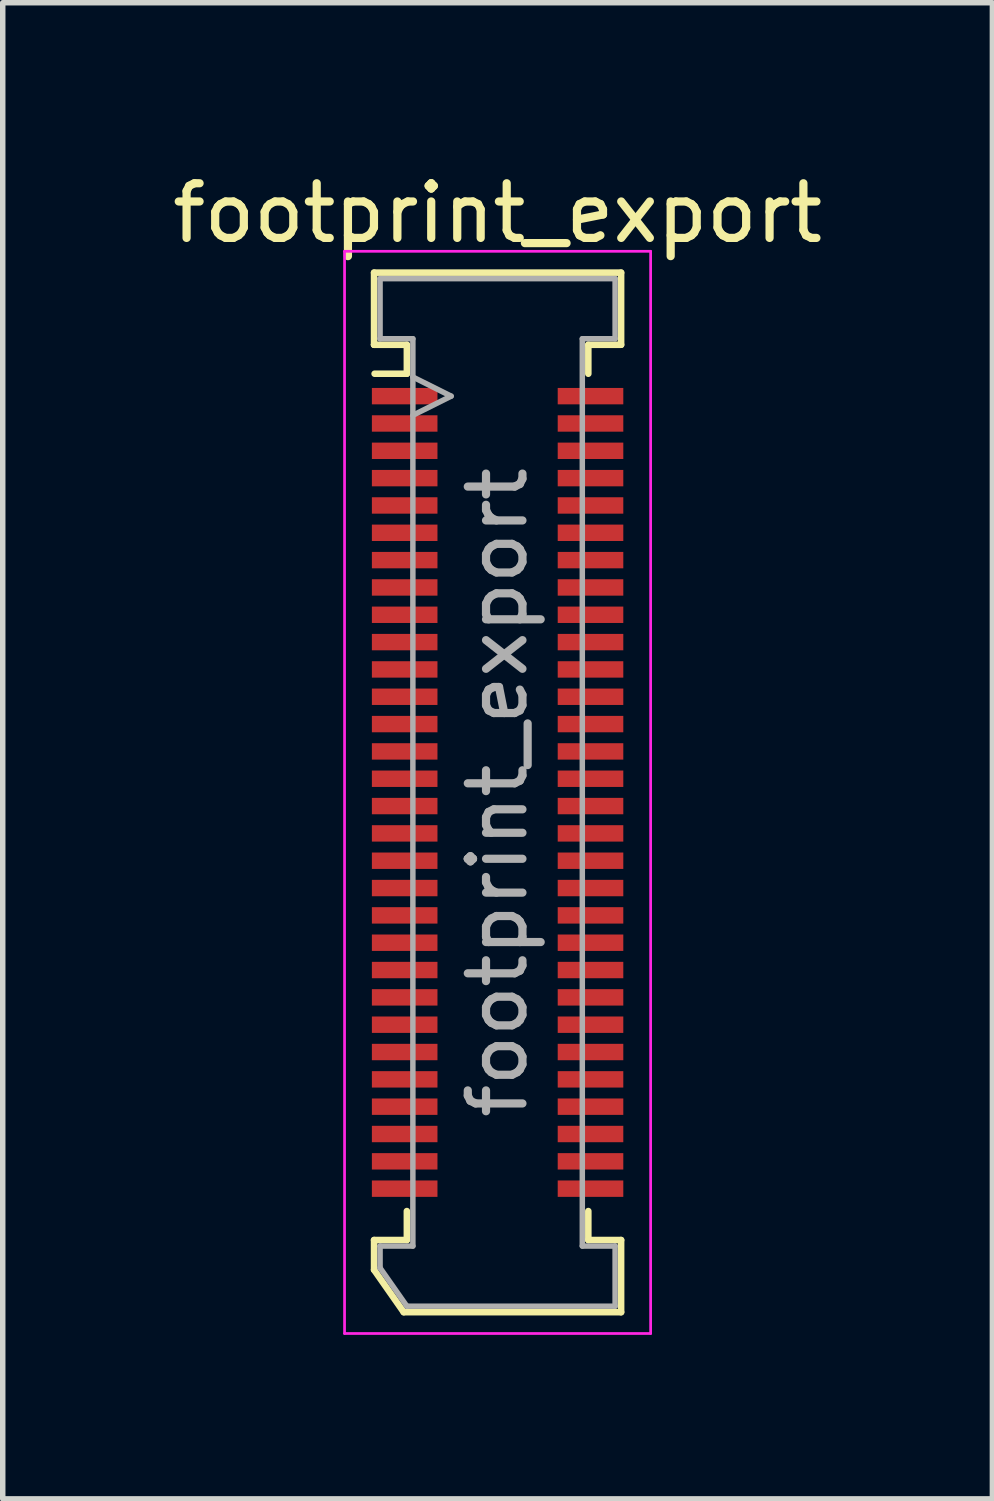
<source format=kicad_pcb>
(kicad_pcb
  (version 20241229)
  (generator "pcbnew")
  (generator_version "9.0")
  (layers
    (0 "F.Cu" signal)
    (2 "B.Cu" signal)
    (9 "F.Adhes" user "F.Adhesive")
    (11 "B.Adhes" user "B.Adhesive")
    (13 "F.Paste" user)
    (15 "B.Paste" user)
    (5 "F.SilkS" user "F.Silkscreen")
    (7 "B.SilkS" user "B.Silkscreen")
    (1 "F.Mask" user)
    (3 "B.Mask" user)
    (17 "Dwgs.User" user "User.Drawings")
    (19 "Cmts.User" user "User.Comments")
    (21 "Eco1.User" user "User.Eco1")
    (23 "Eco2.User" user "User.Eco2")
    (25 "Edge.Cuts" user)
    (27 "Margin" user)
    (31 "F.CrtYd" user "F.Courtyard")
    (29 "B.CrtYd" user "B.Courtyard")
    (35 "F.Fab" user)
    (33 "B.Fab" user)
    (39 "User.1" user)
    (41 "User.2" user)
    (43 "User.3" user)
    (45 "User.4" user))
  (footprint "footprint_export"
    (layer "F.Cu")
    (at 6.054 11.448)
    (property "Reference" "footprint_export" (at 0 -10.6 0) (layer "F.SilkS") (effects (font (size 1 1) (thickness 0.15))))
    (attr smd)
    (fp_line (start -2.26 -9.51) (end -2.26 -8.19) (stroke (width 0.12) (type solid)) (layer "F.SilkS"))
    (fp_line (start -2.26 -8.19) (end -2.26 -8.19) (stroke (width 0.12) (type solid)) (layer "F.SilkS"))
    (fp_line (start -2.26 -8.19) (end -1.66 -8.19) (stroke (width 0.12) (type solid)) (layer "F.SilkS"))
    (fp_line (start -2.26 8.19) (end -1.66 8.19) (stroke (width 0.12) (type solid)) (layer "F.SilkS"))
    (fp_line (start -2.26 8.735) (end -2.26 8.19) (stroke (width 0.12) (type solid)) (layer "F.SilkS"))
    (fp_line (start -1.717 9.51) (end -2.26 8.735) (stroke (width 0.12) (type solid)) (layer "F.SilkS"))
    (fp_line (start -1.66 -8.19) (end -1.66 -7.66) (stroke (width 0.12) (type solid)) (layer "F.SilkS"))
    (fp_line (start -1.66 -7.66) (end -2.25 -7.66) (stroke (width 0.12) (type solid)) (layer "F.SilkS"))
    (fp_line (start -1.66 8.19) (end -1.66 7.66) (stroke (width 0.12) (type solid)) (layer "F.SilkS"))
    (fp_line (start 1.66 -8.19) (end 2.26 -8.19) (stroke (width 0.12) (type solid)) (layer "F.SilkS"))
    (fp_line (start 1.66 -7.66) (end 1.66 -8.19) (stroke (width 0.12) (type solid)) (layer "F.SilkS"))
    (fp_line (start 1.66 7.66) (end 1.66 8.19) (stroke (width 0.12) (type solid)) (layer "F.SilkS"))
    (fp_line (start 1.66 8.19) (end 2.26 8.19) (stroke (width 0.12) (type solid)) (layer "F.SilkS"))
    (fp_line (start 2.26 -9.51) (end -2.26 -9.51) (stroke (width 0.12) (type solid)) (layer "F.SilkS"))
    (fp_line (start 2.26 -8.19) (end 2.26 -9.51) (stroke (width 0.12) (type solid)) (layer "F.SilkS"))
    (fp_line (start 2.26 8.19) (end 2.26 9.51) (stroke (width 0.12) (type solid)) (layer "F.SilkS"))
    (fp_line (start 2.26 9.51) (end -1.717 9.51) (stroke (width 0.12) (type solid)) (layer "F.SilkS"))
    (fp_line (start -2.8 -9.9) (end -2.8 9.9) (stroke (width 0.05) (type solid)) (layer "F.CrtYd"))
    (fp_line (start -2.8 9.9) (end 2.8 9.9) (stroke (width 0.05) (type solid)) (layer "F.CrtYd"))
    (fp_line (start 2.8 -9.9) (end -2.8 -9.9) (stroke (width 0.05) (type solid)) (layer "F.CrtYd"))
    (fp_line (start 2.8 9.9) (end 2.8 -9.9) (stroke (width 0.05) (type solid)) (layer "F.CrtYd"))
    (fp_line (start -2.15 -9.4) (end -2.15 -8.3) (stroke (width 0.1) (type solid)) (layer "F.Fab"))
    (fp_line (start -2.15 -8.3) (end -1.55 -8.3) (stroke (width 0.1) (type solid)) (layer "F.Fab"))
    (fp_line (start -2.15 8.3) (end -2.15 8.7) (stroke (width 0.1) (type solid)) (layer "F.Fab"))
    (fp_line (start -2.15 8.7) (end -1.66 9.4) (stroke (width 0.1) (type solid)) (layer "F.Fab"))
    (fp_line (start -1.66 9.4) (end 2.15 9.4) (stroke (width 0.1) (type solid)) (layer "F.Fab"))
    (fp_line (start -1.55 -8.3) (end -1.55 8.3) (stroke (width 0.1) (type solid)) (layer "F.Fab"))
    (fp_line (start -1.55 8.3) (end -2.15 8.3) (stroke (width 0.1) (type solid)) (layer "F.Fab"))
    (fp_line (start -0.85 -7.25) (end -1.55 -7.6) (stroke (width 0.1) (type solid)) (layer "F.Fab"))
    (fp_line (start -0.85 -7.25) (end -1.55 -6.9) (stroke (width 0.1) (type solid)) (layer "F.Fab"))
    (fp_line (start 1.55 -8.3) (end 2.15 -8.3) (stroke (width 0.1) (type solid)) (layer "F.Fab"))
    (fp_line (start 1.55 8.3) (end 1.55 -8.3) (stroke (width 0.1) (type solid)) (layer "F.Fab"))
    (fp_line (start 2.15 -9.4) (end -2.15 -9.4) (stroke (width 0.1) (type solid)) (layer "F.Fab"))
    (fp_line (start 2.15 -8.3) (end 2.15 -9.4) (stroke (width 0.1) (type solid)) (layer "F.Fab"))
    (fp_line (start 2.15 8.3) (end 1.55 8.3) (stroke (width 0.1) (type solid)) (layer "F.Fab"))
    (fp_line (start 2.15 9.4) (end 2.15 8.3) (stroke (width 0.1) (type solid)) (layer "F.Fab"))
    (fp_text user "${REFERENCE}" (at 0 0 90) (layer "F.Fab") (effects (font (size 1 1) (thickness 0.15))))
    (pad "1" smd rect (at -1.7 -7.25) (size 1.2 0.3) (layers "F.Cu" "F.Mask" "F.Paste"))
    (pad "2" smd rect (at 1.7 -7.25) (size 1.2 0.3) (layers "F.Cu" "F.Mask" "F.Paste"))
    (pad "3" smd rect (at -1.7 -6.75) (size 1.2 0.3) (layers "F.Cu" "F.Mask" "F.Paste"))
    (pad "4" smd rect (at 1.7 -6.75) (size 1.2 0.3) (layers "F.Cu" "F.Mask" "F.Paste"))
    (pad "5" smd rect (at -1.7 -6.25) (size 1.2 0.3) (layers "F.Cu" "F.Mask" "F.Paste"))
    (pad "6" smd rect (at 1.7 -6.25) (size 1.2 0.3) (layers "F.Cu" "F.Mask" "F.Paste"))
    (pad "7" smd rect (at -1.7 -5.75) (size 1.2 0.3) (layers "F.Cu" "F.Mask" "F.Paste"))
    (pad "8" smd rect (at 1.7 -5.75) (size 1.2 0.3) (layers "F.Cu" "F.Mask" "F.Paste"))
    (pad "9" smd rect (at -1.7 -5.25) (size 1.2 0.3) (layers "F.Cu" "F.Mask" "F.Paste"))
    (pad "10" smd rect (at 1.7 -5.25) (size 1.2 0.3) (layers "F.Cu" "F.Mask" "F.Paste"))
    (pad "11" smd rect (at -1.7 -4.75) (size 1.2 0.3) (layers "F.Cu" "F.Mask" "F.Paste"))
    (pad "12" smd rect (at 1.7 -4.75) (size 1.2 0.3) (layers "F.Cu" "F.Mask" "F.Paste"))
    (pad "13" smd rect (at -1.7 -4.25) (size 1.2 0.3) (layers "F.Cu" "F.Mask" "F.Paste"))
    (pad "14" smd rect (at 1.7 -4.25) (size 1.2 0.3) (layers "F.Cu" "F.Mask" "F.Paste"))
    (pad "15" smd rect (at -1.7 -3.75) (size 1.2 0.3) (layers "F.Cu" "F.Mask" "F.Paste"))
    (pad "16" smd rect (at 1.7 -3.75) (size 1.2 0.3) (layers "F.Cu" "F.Mask" "F.Paste"))
    (pad "17" smd rect (at -1.7 -3.25) (size 1.2 0.3) (layers "F.Cu" "F.Mask" "F.Paste"))
    (pad "18" smd rect (at 1.7 -3.25) (size 1.2 0.3) (layers "F.Cu" "F.Mask" "F.Paste"))
    (pad "19" smd rect (at -1.7 -2.75) (size 1.2 0.3) (layers "F.Cu" "F.Mask" "F.Paste"))
    (pad "20" smd rect (at 1.7 -2.75) (size 1.2 0.3) (layers "F.Cu" "F.Mask" "F.Paste"))
    (pad "21" smd rect (at -1.7 -2.25) (size 1.2 0.3) (layers "F.Cu" "F.Mask" "F.Paste"))
    (pad "22" smd rect (at 1.7 -2.25) (size 1.2 0.3) (layers "F.Cu" "F.Mask" "F.Paste"))
    (pad "23" smd rect (at -1.7 -1.75) (size 1.2 0.3) (layers "F.Cu" "F.Mask" "F.Paste"))
    (pad "24" smd rect (at 1.7 -1.75) (size 1.2 0.3) (layers "F.Cu" "F.Mask" "F.Paste"))
    (pad "25" smd rect (at -1.7 -1.25) (size 1.2 0.3) (layers "F.Cu" "F.Mask" "F.Paste"))
    (pad "26" smd rect (at 1.7 -1.25) (size 1.2 0.3) (layers "F.Cu" "F.Mask" "F.Paste"))
    (pad "27" smd rect (at -1.7 -0.75) (size 1.2 0.3) (layers "F.Cu" "F.Mask" "F.Paste"))
    (pad "28" smd rect (at 1.7 -0.75) (size 1.2 0.3) (layers "F.Cu" "F.Mask" "F.Paste"))
    (pad "29" smd rect (at -1.7 -0.25) (size 1.2 0.3) (layers "F.Cu" "F.Mask" "F.Paste"))
    (pad "30" smd rect (at 1.7 -0.25) (size 1.2 0.3) (layers "F.Cu" "F.Mask" "F.Paste"))
    (pad "31" smd rect (at -1.7 0.25) (size 1.2 0.3) (layers "F.Cu" "F.Mask" "F.Paste"))
    (pad "32" smd rect (at 1.7 0.25) (size 1.2 0.3) (layers "F.Cu" "F.Mask" "F.Paste"))
    (pad "33" smd rect (at -1.7 0.75) (size 1.2 0.3) (layers "F.Cu" "F.Mask" "F.Paste"))
    (pad "34" smd rect (at 1.7 0.75) (size 1.2 0.3) (layers "F.Cu" "F.Mask" "F.Paste"))
    (pad "35" smd rect (at -1.7 1.25) (size 1.2 0.3) (layers "F.Cu" "F.Mask" "F.Paste"))
    (pad "36" smd rect (at 1.7 1.25) (size 1.2 0.3) (layers "F.Cu" "F.Mask" "F.Paste"))
    (pad "37" smd rect (at -1.7 1.75) (size 1.2 0.3) (layers "F.Cu" "F.Mask" "F.Paste"))
    (pad "38" smd rect (at 1.7 1.75) (size 1.2 0.3) (layers "F.Cu" "F.Mask" "F.Paste"))
    (pad "39" smd rect (at -1.7 2.25) (size 1.2 0.3) (layers "F.Cu" "F.Mask" "F.Paste"))
    (pad "40" smd rect (at 1.7 2.25) (size 1.2 0.3) (layers "F.Cu" "F.Mask" "F.Paste"))
    (pad "41" smd rect (at -1.7 2.75) (size 1.2 0.3) (layers "F.Cu" "F.Mask" "F.Paste"))
    (pad "42" smd rect (at 1.7 2.75) (size 1.2 0.3) (layers "F.Cu" "F.Mask" "F.Paste"))
    (pad "43" smd rect (at -1.7 3.25) (size 1.2 0.3) (layers "F.Cu" "F.Mask" "F.Paste"))
    (pad "44" smd rect (at 1.7 3.25) (size 1.2 0.3) (layers "F.Cu" "F.Mask" "F.Paste"))
    (pad "45" smd rect (at -1.7 3.75) (size 1.2 0.3) (layers "F.Cu" "F.Mask" "F.Paste"))
    (pad "46" smd rect (at 1.7 3.75) (size 1.2 0.3) (layers "F.Cu" "F.Mask" "F.Paste"))
    (pad "47" smd rect (at -1.7 4.25) (size 1.2 0.3) (layers "F.Cu" "F.Mask" "F.Paste"))
    (pad "48" smd rect (at 1.7 4.25) (size 1.2 0.3) (layers "F.Cu" "F.Mask" "F.Paste"))
    (pad "49" smd rect (at -1.7 4.75) (size 1.2 0.3) (layers "F.Cu" "F.Mask" "F.Paste"))
    (pad "50" smd rect (at 1.7 4.75) (size 1.2 0.3) (layers "F.Cu" "F.Mask" "F.Paste"))
    (pad "51" smd rect (at -1.7 5.25) (size 1.2 0.3) (layers "F.Cu" "F.Mask" "F.Paste"))
    (pad "52" smd rect (at 1.7 5.25) (size 1.2 0.3) (layers "F.Cu" "F.Mask" "F.Paste"))
    (pad "53" smd rect (at -1.7 5.75) (size 1.2 0.3) (layers "F.Cu" "F.Mask" "F.Paste"))
    (pad "54" smd rect (at 1.7 5.75) (size 1.2 0.3) (layers "F.Cu" "F.Mask" "F.Paste"))
    (pad "55" smd rect (at -1.7 6.25) (size 1.2 0.3) (layers "F.Cu" "F.Mask" "F.Paste"))
    (pad "56" smd rect (at 1.7 6.25) (size 1.2 0.3) (layers "F.Cu" "F.Mask" "F.Paste"))
    (pad "57" smd rect (at -1.7 6.75) (size 1.2 0.3) (layers "F.Cu" "F.Mask" "F.Paste"))
    (pad "58" smd rect (at 1.7 6.75) (size 1.2 0.3) (layers "F.Cu" "F.Mask" "F.Paste"))
    (pad "59" smd rect (at -1.7 7.25) (size 1.2 0.3) (layers "F.Cu" "F.Mask" "F.Paste"))
    (pad "60" smd rect (at 1.7 7.25) (size 1.2 0.3) (layers "F.Cu" "F.Mask" "F.Paste")))
  (gr_rect
    (start -3 -3)
    (end 15.107 24.373)
    (stroke (width 0.1) (type default))
    (fill no)
    (layer "Edge.Cuts")))
</source>
